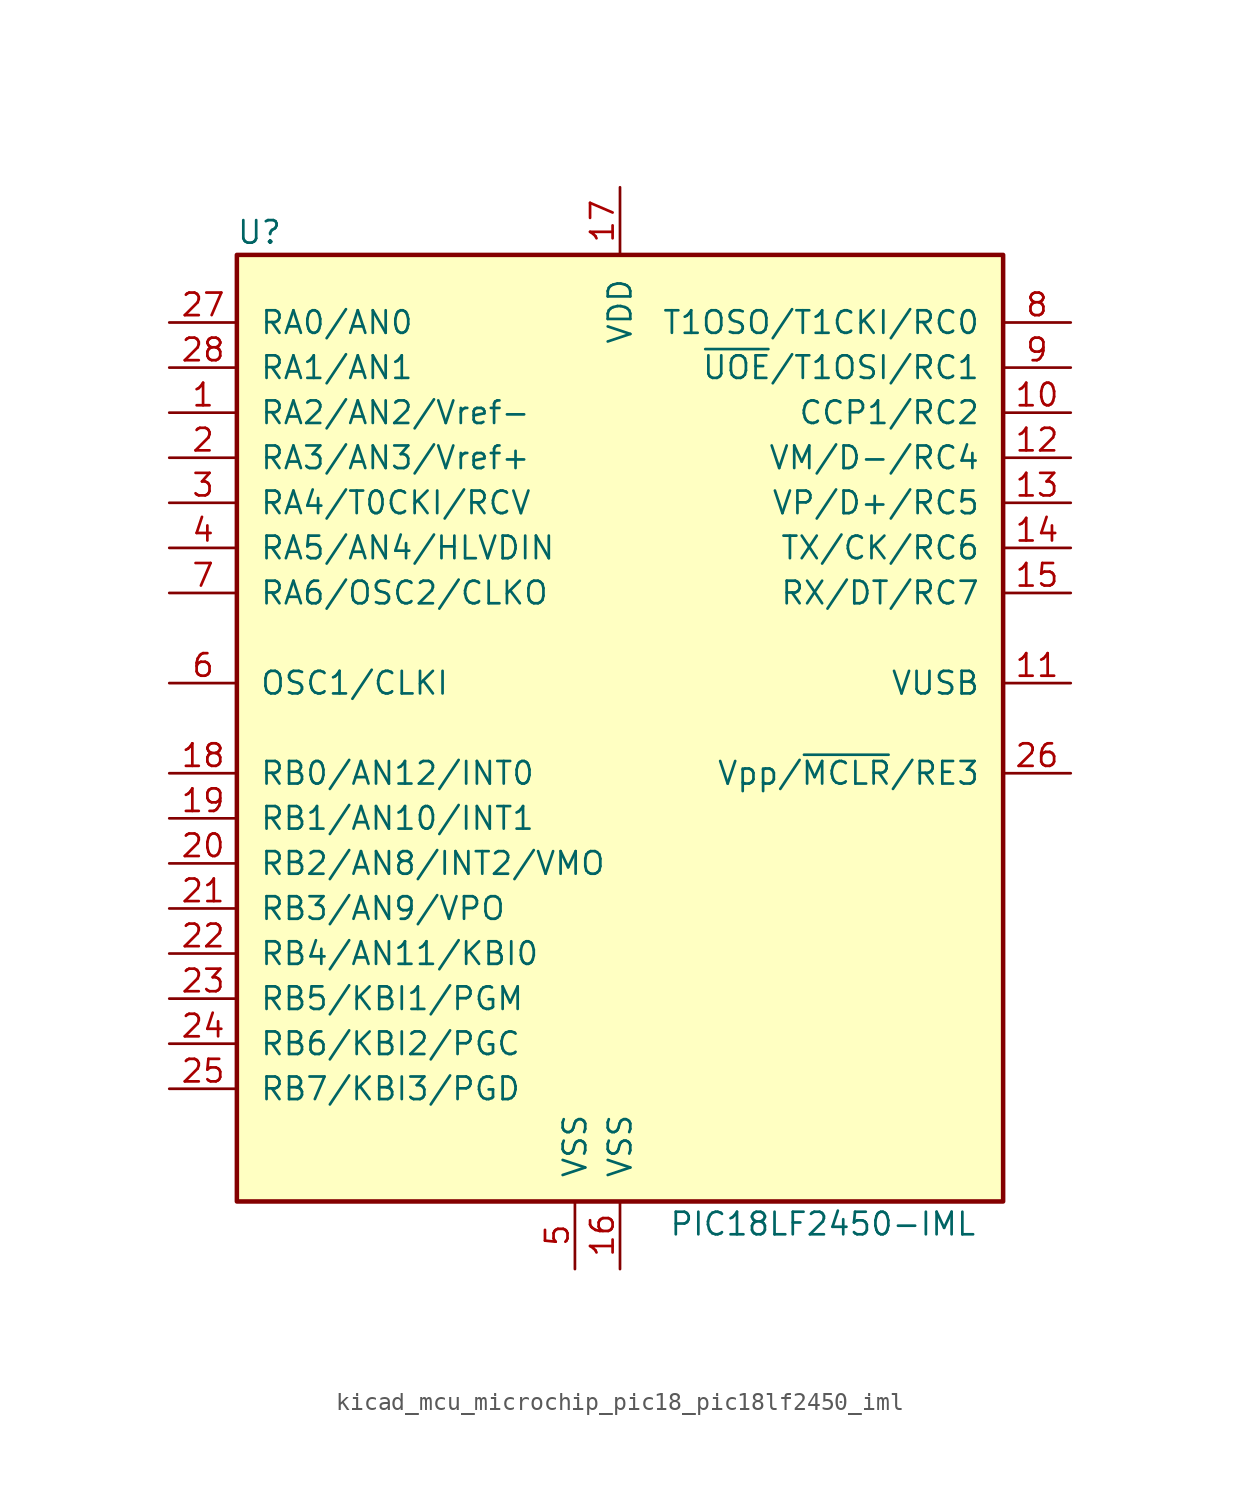
<source format=kicad_sym>
(kicad_symbol_lib
  (version 20220914)
  (generator kicad_symbol_editor)
  (symbol "kicad_mcu_microchip_pic18_pic18lf2450_iml"
    (pin_names
      (offset 1.27))
    (property "Reference" "U"
      (at -20.32 27.94 0)
      (effects (font (size 1.27 1.27))))
    (property "Value" "PIC18LF2450-IML"
      (at 11.43 -27.94 0)
      (effects (font (size 1.27 1.27))))
    (symbol "kicad_mcu_microchip_pic18_pic18lf2450_iml_0_1"
      (rectangle (start -21.59 26.67) (end 21.59 -26.67) (stroke (width 0.254) (type default)) (fill (type background))))
    (symbol "kicad_mcu_microchip_pic18_pic18lf2450_iml_1_1"
      (pin bidirectional line (at -25.4 17.78 0) (length 3.81) (name "RA2/AN2/Vref-" (effects (font (size 1.27 1.27)))) (number "1" (effects (font (size 1.27 1.27)))))
      (pin bidirectional line (at 25.4 17.78 180) (length 3.81) (name "CCP1/RC2" (effects (font (size 1.27 1.27)))) (number "10" (effects (font (size 1.27 1.27)))))
      (pin bidirectional line (at 25.4 2.54 180) (length 3.81) (name "VUSB" (effects (font (size 1.27 1.27)))) (number "11" (effects (font (size 1.27 1.27)))))
      (pin bidirectional line (at 25.4 15.24 180) (length 3.81) (name "VM/D-/RC4" (effects (font (size 1.27 1.27)))) (number "12" (effects (font (size 1.27 1.27)))))
      (pin bidirectional line (at 25.4 12.7 180) (length 3.81) (name "VP/D+/RC5" (effects (font (size 1.27 1.27)))) (number "13" (effects (font (size 1.27 1.27)))))
      (pin bidirectional line (at 25.4 10.16 180) (length 3.81) (name "TX/CK/RC6" (effects (font (size 1.27 1.27)))) (number "14" (effects (font (size 1.27 1.27)))))
      (pin bidirectional line (at 25.4 7.62 180) (length 3.81) (name "RX/DT/RC7" (effects (font (size 1.27 1.27)))) (number "15" (effects (font (size 1.27 1.27)))))
      (pin power_in line (at 0 -30.48 90) (length 3.81) (name "VSS" (effects (font (size 1.27 1.27)))) (number "16" (effects (font (size 1.27 1.27)))))
      (pin power_in line (at 0 30.48 270) (length 3.81) (name "VDD" (effects (font (size 1.27 1.27)))) (number "17" (effects (font (size 1.27 1.27)))))
      (pin bidirectional line (at -25.4 -2.54 0) (length 3.81) (name "RB0/AN12/INT0" (effects (font (size 1.27 1.27)))) (number "18" (effects (font (size 1.27 1.27)))))
      (pin bidirectional line (at -25.4 -5.08 0) (length 3.81) (name "RB1/AN10/INT1" (effects (font (size 1.27 1.27)))) (number "19" (effects (font (size 1.27 1.27)))))
      (pin bidirectional line (at -25.4 15.24 0) (length 3.81) (name "RA3/AN3/Vref+" (effects (font (size 1.27 1.27)))) (number "2" (effects (font (size 1.27 1.27)))))
      (pin bidirectional line (at -25.4 -7.62 0) (length 3.81) (name "RB2/AN8/INT2/VMO" (effects (font (size 1.27 1.27)))) (number "20" (effects (font (size 1.27 1.27)))))
      (pin bidirectional line (at -25.4 -10.16 0) (length 3.81) (name "RB3/AN9/VPO" (effects (font (size 1.27 1.27)))) (number "21" (effects (font (size 1.27 1.27)))))
      (pin bidirectional line (at -25.4 -12.7 0) (length 3.81) (name "RB4/AN11/KBI0" (effects (font (size 1.27 1.27)))) (number "22" (effects (font (size 1.27 1.27)))))
      (pin bidirectional line (at -25.4 -15.24 0) (length 3.81) (name "RB5/KBI1/PGM" (effects (font (size 1.27 1.27)))) (number "23" (effects (font (size 1.27 1.27)))))
      (pin bidirectional line (at -25.4 -17.78 0) (length 3.81) (name "RB6/KBI2/PGC" (effects (font (size 1.27 1.27)))) (number "24" (effects (font (size 1.27 1.27)))))
      (pin bidirectional line (at -25.4 -20.32 0) (length 3.81) (name "RB7/KBI3/PGD" (effects (font (size 1.27 1.27)))) (number "25" (effects (font (size 1.27 1.27)))))
      (pin input line (at 25.4 -2.54 180) (length 3.81) (name "Vpp/~{MCLR}/RE3" (effects (font (size 1.27 1.27)))) (number "26" (effects (font (size 1.27 1.27)))))
      (pin bidirectional line (at -25.4 22.86 0) (length 3.81) (name "RA0/AN0" (effects (font (size 1.27 1.27)))) (number "27" (effects (font (size 1.27 1.27)))))
      (pin bidirectional line (at -25.4 20.32 0) (length 3.81) (name "RA1/AN1" (effects (font (size 1.27 1.27)))) (number "28" (effects (font (size 1.27 1.27)))))
      (pin bidirectional line (at -25.4 12.7 0) (length 3.81) (name "RA4/T0CKI/RCV" (effects (font (size 1.27 1.27)))) (number "3" (effects (font (size 1.27 1.27)))))
      (pin bidirectional line (at -25.4 10.16 0) (length 3.81) (name "RA5/AN4/HLVDIN" (effects (font (size 1.27 1.27)))) (number "4" (effects (font (size 1.27 1.27)))))
      (pin power_in line (at -2.54 -30.48 90) (length 3.81) (name "VSS" (effects (font (size 1.27 1.27)))) (number "5" (effects (font (size 1.27 1.27)))))
      (pin input line (at -25.4 2.54 0) (length 3.81) (name "OSC1/CLKI" (effects (font (size 1.27 1.27)))) (number "6" (effects (font (size 1.27 1.27)))))
      (pin output line (at -25.4 7.62 0) (length 3.81) (name "RA6/OSC2/CLKO" (effects (font (size 1.27 1.27)))) (number "7" (effects (font (size 1.27 1.27)))))
      (pin bidirectional line (at 25.4 22.86 180) (length 3.81) (name "T1OSO/T1CKI/RC0" (effects (font (size 1.27 1.27)))) (number "8" (effects (font (size 1.27 1.27)))))
      (pin bidirectional line (at 25.4 20.32 180) (length 3.81) (name "~{UOE}/T1OSI/RC1" (effects (font (size 1.27 1.27)))) (number "9" (effects (font (size 1.27 1.27))))))))
</source>
